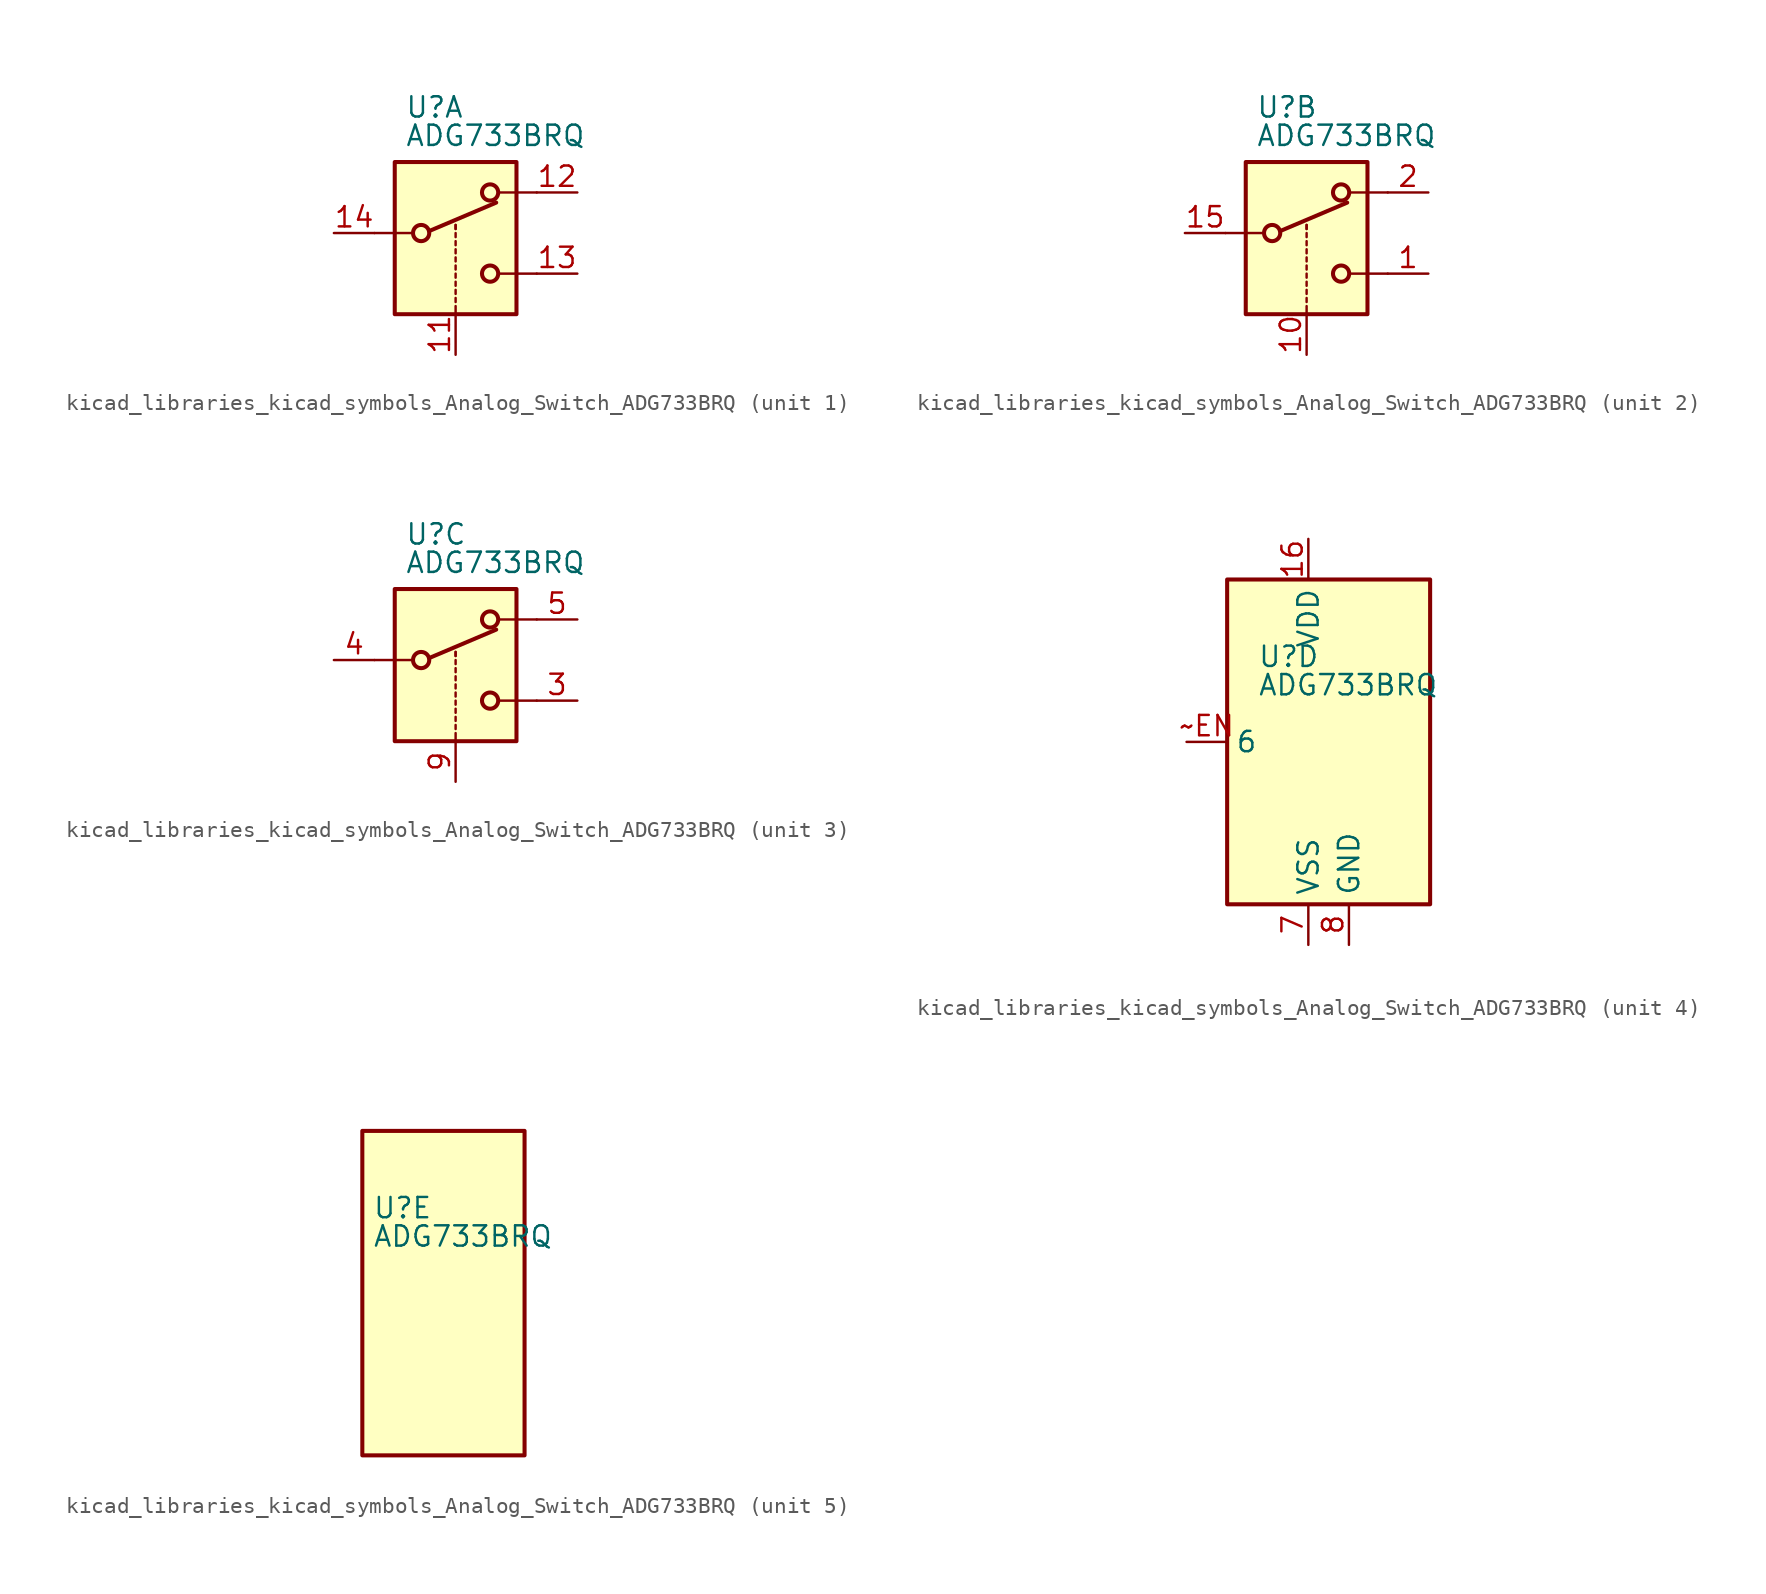
<source format=kicad_sym>
(kicad_symbol_lib
  (version 20220914)
  (generator kicad_symbol_editor)
  (symbol "kicad_libraries_kicad_symbols_Analog_Switch_ADG733BRQ"
    (property "Reference" "U"
      (at -3.175 5.334 0)
      (effects (font (size 1.27 1.27)) (justify left)))
    (property "Value" "ADG733BRQ"
      (at -3.175 3.556 0)
      (effects (font (size 1.27 1.27)) (justify left)))
    (symbol "kicad_libraries_kicad_symbols_Analog_Switch_ADG733BRQ_1_1"
      (rectangle (start -3.81 1.905) (end 3.81 -7.62) (stroke (width 0.254) (type default)) (fill (type background)))
      (circle (center -2.159 -2.54) (radius 0.508) (stroke (width 0.254) (type default)) (fill (type none)))
      (polyline (pts (xy -5.08 -2.54) (xy -2.794 -2.54)) (stroke (width 0) (type default)) (fill (type none)))
      (polyline (pts (xy -1.651 -2.413) (xy 2.54 -0.635)) (stroke (width 0.254) (type default)) (fill (type none)))
      (polyline (pts (xy 0 -7.62) (xy 0 -7.112)) (stroke (width 0) (type default)) (fill (type none)))
      (polyline (pts (xy 0 -6.858) (xy 0 -6.604)) (stroke (width 0) (type default)) (fill (type none)))
      (polyline (pts (xy 0 -6.35) (xy 0 -6.096)) (stroke (width 0) (type default)) (fill (type none)))
      (polyline (pts (xy 0 -5.842) (xy 0 -5.588)) (stroke (width 0) (type default)) (fill (type none)))
      (polyline (pts (xy 0 -5.334) (xy 0 -5.08)) (stroke (width 0) (type default)) (fill (type none)))
      (polyline (pts (xy 0 -4.826) (xy 0 -4.572)) (stroke (width 0) (type default)) (fill (type none)))
      (polyline (pts (xy 0 -4.318) (xy 0 -4.064)) (stroke (width 0) (type default)) (fill (type none)))
      (polyline (pts (xy 0 -3.81) (xy 0 -3.556)) (stroke (width 0) (type default)) (fill (type none)))
      (polyline (pts (xy 0 -3.302) (xy 0 -3.048)) (stroke (width 0) (type default)) (fill (type none)))
      (polyline (pts (xy 0 -2.794) (xy 0 -2.54)) (stroke (width 0) (type default)) (fill (type none)))
      (polyline (pts (xy 0 -2.286) (xy 0 -2.032)) (stroke (width 0) (type default)) (fill (type none)))
      (polyline (pts (xy 0 -2.286) (xy 0 -2.032)) (stroke (width 0) (type default)) (fill (type none)))
      (polyline (pts (xy 5.08 -5.08) (xy 2.794 -5.08)) (stroke (width 0) (type default)) (fill (type none)))
      (polyline (pts (xy 5.08 0) (xy 2.794 0)) (stroke (width 0) (type default)) (fill (type none)))
      (circle (center 2.159 -5.08) (radius 0.508) (stroke (width 0.254) (type default)) (fill (type none)))
      (circle (center 2.159 0) (radius 0.508) (stroke (width 0.254) (type default)) (fill (type none)))
      (pin input line (at 0 -10.16 90) (length 2.54) (name "~" (effects (font (size 1.27 1.27)))) (number "11" (effects (font (size 1.27 1.27)))))
      (pin passive line (at 7.62 0 180) (length 2.54) (name "~" (effects (font (size 1.27 1.27)))) (number "12" (effects (font (size 1.27 1.27)))))
      (pin passive line (at 7.62 -5.08 180) (length 2.54) (name "~" (effects (font (size 1.27 1.27)))) (number "13" (effects (font (size 1.27 1.27)))))
      (pin passive line (at -7.62 -2.54 0) (length 2.54) (name "~" (effects (font (size 1.27 1.27)))) (number "14" (effects (font (size 1.27 1.27))))))
    (symbol "kicad_libraries_kicad_symbols_Analog_Switch_ADG733BRQ_2_1"
      (rectangle (start -3.81 1.905) (end 3.81 -7.62) (stroke (width 0.254) (type default)) (fill (type background)))
      (circle (center -2.159 -2.54) (radius 0.508) (stroke (width 0.254) (type default)) (fill (type none)))
      (polyline (pts (xy -5.08 -2.54) (xy -2.794 -2.54)) (stroke (width 0) (type default)) (fill (type none)))
      (polyline (pts (xy -1.651 -2.413) (xy 2.54 -0.635)) (stroke (width 0.254) (type default)) (fill (type none)))
      (polyline (pts (xy 0 -7.62) (xy 0 -7.112)) (stroke (width 0) (type default)) (fill (type none)))
      (polyline (pts (xy 0 -6.858) (xy 0 -6.604)) (stroke (width 0) (type default)) (fill (type none)))
      (polyline (pts (xy 0 -6.35) (xy 0 -6.096)) (stroke (width 0) (type default)) (fill (type none)))
      (polyline (pts (xy 0 -5.842) (xy 0 -5.588)) (stroke (width 0) (type default)) (fill (type none)))
      (polyline (pts (xy 0 -5.334) (xy 0 -5.08)) (stroke (width 0) (type default)) (fill (type none)))
      (polyline (pts (xy 0 -4.826) (xy 0 -4.572)) (stroke (width 0) (type default)) (fill (type none)))
      (polyline (pts (xy 0 -4.318) (xy 0 -4.064)) (stroke (width 0) (type default)) (fill (type none)))
      (polyline (pts (xy 0 -3.81) (xy 0 -3.556)) (stroke (width 0) (type default)) (fill (type none)))
      (polyline (pts (xy 0 -3.302) (xy 0 -3.048)) (stroke (width 0) (type default)) (fill (type none)))
      (polyline (pts (xy 0 -2.794) (xy 0 -2.54)) (stroke (width 0) (type default)) (fill (type none)))
      (polyline (pts (xy 0 -2.286) (xy 0 -2.032)) (stroke (width 0) (type default)) (fill (type none)))
      (polyline (pts (xy 0 -2.286) (xy 0 -2.032)) (stroke (width 0) (type default)) (fill (type none)))
      (polyline (pts (xy 5.08 -5.08) (xy 2.794 -5.08)) (stroke (width 0) (type default)) (fill (type none)))
      (polyline (pts (xy 5.08 0) (xy 2.794 0)) (stroke (width 0) (type default)) (fill (type none)))
      (circle (center 2.159 -5.08) (radius 0.508) (stroke (width 0.254) (type default)) (fill (type none)))
      (circle (center 2.159 0) (radius 0.508) (stroke (width 0.254) (type default)) (fill (type none)))
      (pin passive line (at 7.62 -5.08 180) (length 2.54) (name "~" (effects (font (size 1.27 1.27)))) (number "1" (effects (font (size 1.27 1.27)))))
      (pin input line (at 0 -10.16 90) (length 2.54) (name "~" (effects (font (size 1.27 1.27)))) (number "10" (effects (font (size 1.27 1.27)))))
      (pin passive line (at -7.62 -2.54 0) (length 2.54) (name "~" (effects (font (size 1.27 1.27)))) (number "15" (effects (font (size 1.27 1.27)))))
      (pin passive line (at 7.62 0 180) (length 2.54) (name "~" (effects (font (size 1.27 1.27)))) (number "2" (effects (font (size 1.27 1.27))))))
    (symbol "kicad_libraries_kicad_symbols_Analog_Switch_ADG733BRQ_3_1"
      (rectangle (start -3.81 1.905) (end 3.81 -7.62) (stroke (width 0.254) (type default)) (fill (type background)))
      (circle (center -2.159 -2.54) (radius 0.508) (stroke (width 0.254) (type default)) (fill (type none)))
      (polyline (pts (xy -5.08 -2.54) (xy -2.794 -2.54)) (stroke (width 0) (type default)) (fill (type none)))
      (polyline (pts (xy -1.651 -2.413) (xy 2.54 -0.635)) (stroke (width 0.254) (type default)) (fill (type none)))
      (polyline (pts (xy 0 -7.62) (xy 0 -7.112)) (stroke (width 0) (type default)) (fill (type none)))
      (polyline (pts (xy 0 -6.858) (xy 0 -6.604)) (stroke (width 0) (type default)) (fill (type none)))
      (polyline (pts (xy 0 -6.35) (xy 0 -6.096)) (stroke (width 0) (type default)) (fill (type none)))
      (polyline (pts (xy 0 -5.842) (xy 0 -5.588)) (stroke (width 0) (type default)) (fill (type none)))
      (polyline (pts (xy 0 -5.334) (xy 0 -5.08)) (stroke (width 0) (type default)) (fill (type none)))
      (polyline (pts (xy 0 -4.826) (xy 0 -4.572)) (stroke (width 0) (type default)) (fill (type none)))
      (polyline (pts (xy 0 -4.318) (xy 0 -4.064)) (stroke (width 0) (type default)) (fill (type none)))
      (polyline (pts (xy 0 -3.81) (xy 0 -3.556)) (stroke (width 0) (type default)) (fill (type none)))
      (polyline (pts (xy 0 -3.302) (xy 0 -3.048)) (stroke (width 0) (type default)) (fill (type none)))
      (polyline (pts (xy 0 -2.794) (xy 0 -2.54)) (stroke (width 0) (type default)) (fill (type none)))
      (polyline (pts (xy 0 -2.286) (xy 0 -2.032)) (stroke (width 0) (type default)) (fill (type none)))
      (polyline (pts (xy 0 -2.286) (xy 0 -2.032)) (stroke (width 0) (type default)) (fill (type none)))
      (polyline (pts (xy 5.08 -5.08) (xy 2.794 -5.08)) (stroke (width 0) (type default)) (fill (type none)))
      (polyline (pts (xy 5.08 0) (xy 2.794 0)) (stroke (width 0) (type default)) (fill (type none)))
      (circle (center 2.159 -5.08) (radius 0.508) (stroke (width 0.254) (type default)) (fill (type none)))
      (circle (center 2.159 0) (radius 0.508) (stroke (width 0.254) (type default)) (fill (type none)))
      (pin passive line (at 7.62 -5.08 180) (length 2.54) (name "~" (effects (font (size 1.27 1.27)))) (number "3" (effects (font (size 1.27 1.27)))))
      (pin passive line (at -7.62 -2.54 0) (length 2.54) (name "~" (effects (font (size 1.27 1.27)))) (number "4" (effects (font (size 1.27 1.27)))))
      (pin passive line (at 7.62 0 180) (length 2.54) (name "~" (effects (font (size 1.27 1.27)))) (number "5" (effects (font (size 1.27 1.27)))))
      (pin input line (at 0 -10.16 90) (length 2.54) (name "~" (effects (font (size 1.27 1.27)))) (number "9" (effects (font (size 1.27 1.27))))))
    (symbol "kicad_libraries_kicad_symbols_Analog_Switch_ADG733BRQ_4_0"
      (pin power_in line (at 0 12.7 270) (length 2.54) (name "VDD" (effects (font (size 1.27 1.27)))) (number "16" (effects (font (size 1.27 1.27)))))
      (pin power_in line (at 0 -12.7 90) (length 2.54) (name "VSS" (effects (font (size 1.27 1.27)))) (number "7" (effects (font (size 1.27 1.27)))))
      (pin power_in line (at 2.54 -12.7 90) (length 2.54) (name "GND" (effects (font (size 1.27 1.27)))) (number "8" (effects (font (size 1.27 1.27)))))
      (pin input line (at -7.62 0 0) (length 2.54) (name "6" (effects (font (size 1.27 1.27)))) (number "~EN" (effects (font (size 1.27 1.27))))))
    (symbol "kicad_libraries_kicad_symbols_Analog_Switch_ADG733BRQ_4_1"
      (rectangle (start -5.08 10.16) (end 7.62 -10.16) (stroke (width 0.254) (type default)) (fill (type background))))
    (symbol "kicad_libraries_kicad_symbols_Analog_Switch_ADG733BRQ_5_1"
      (rectangle (start -3.81 10.16) (end 6.35 -10.16) (stroke (width 0.254) (type default)) (fill (type background))))))
</source>
